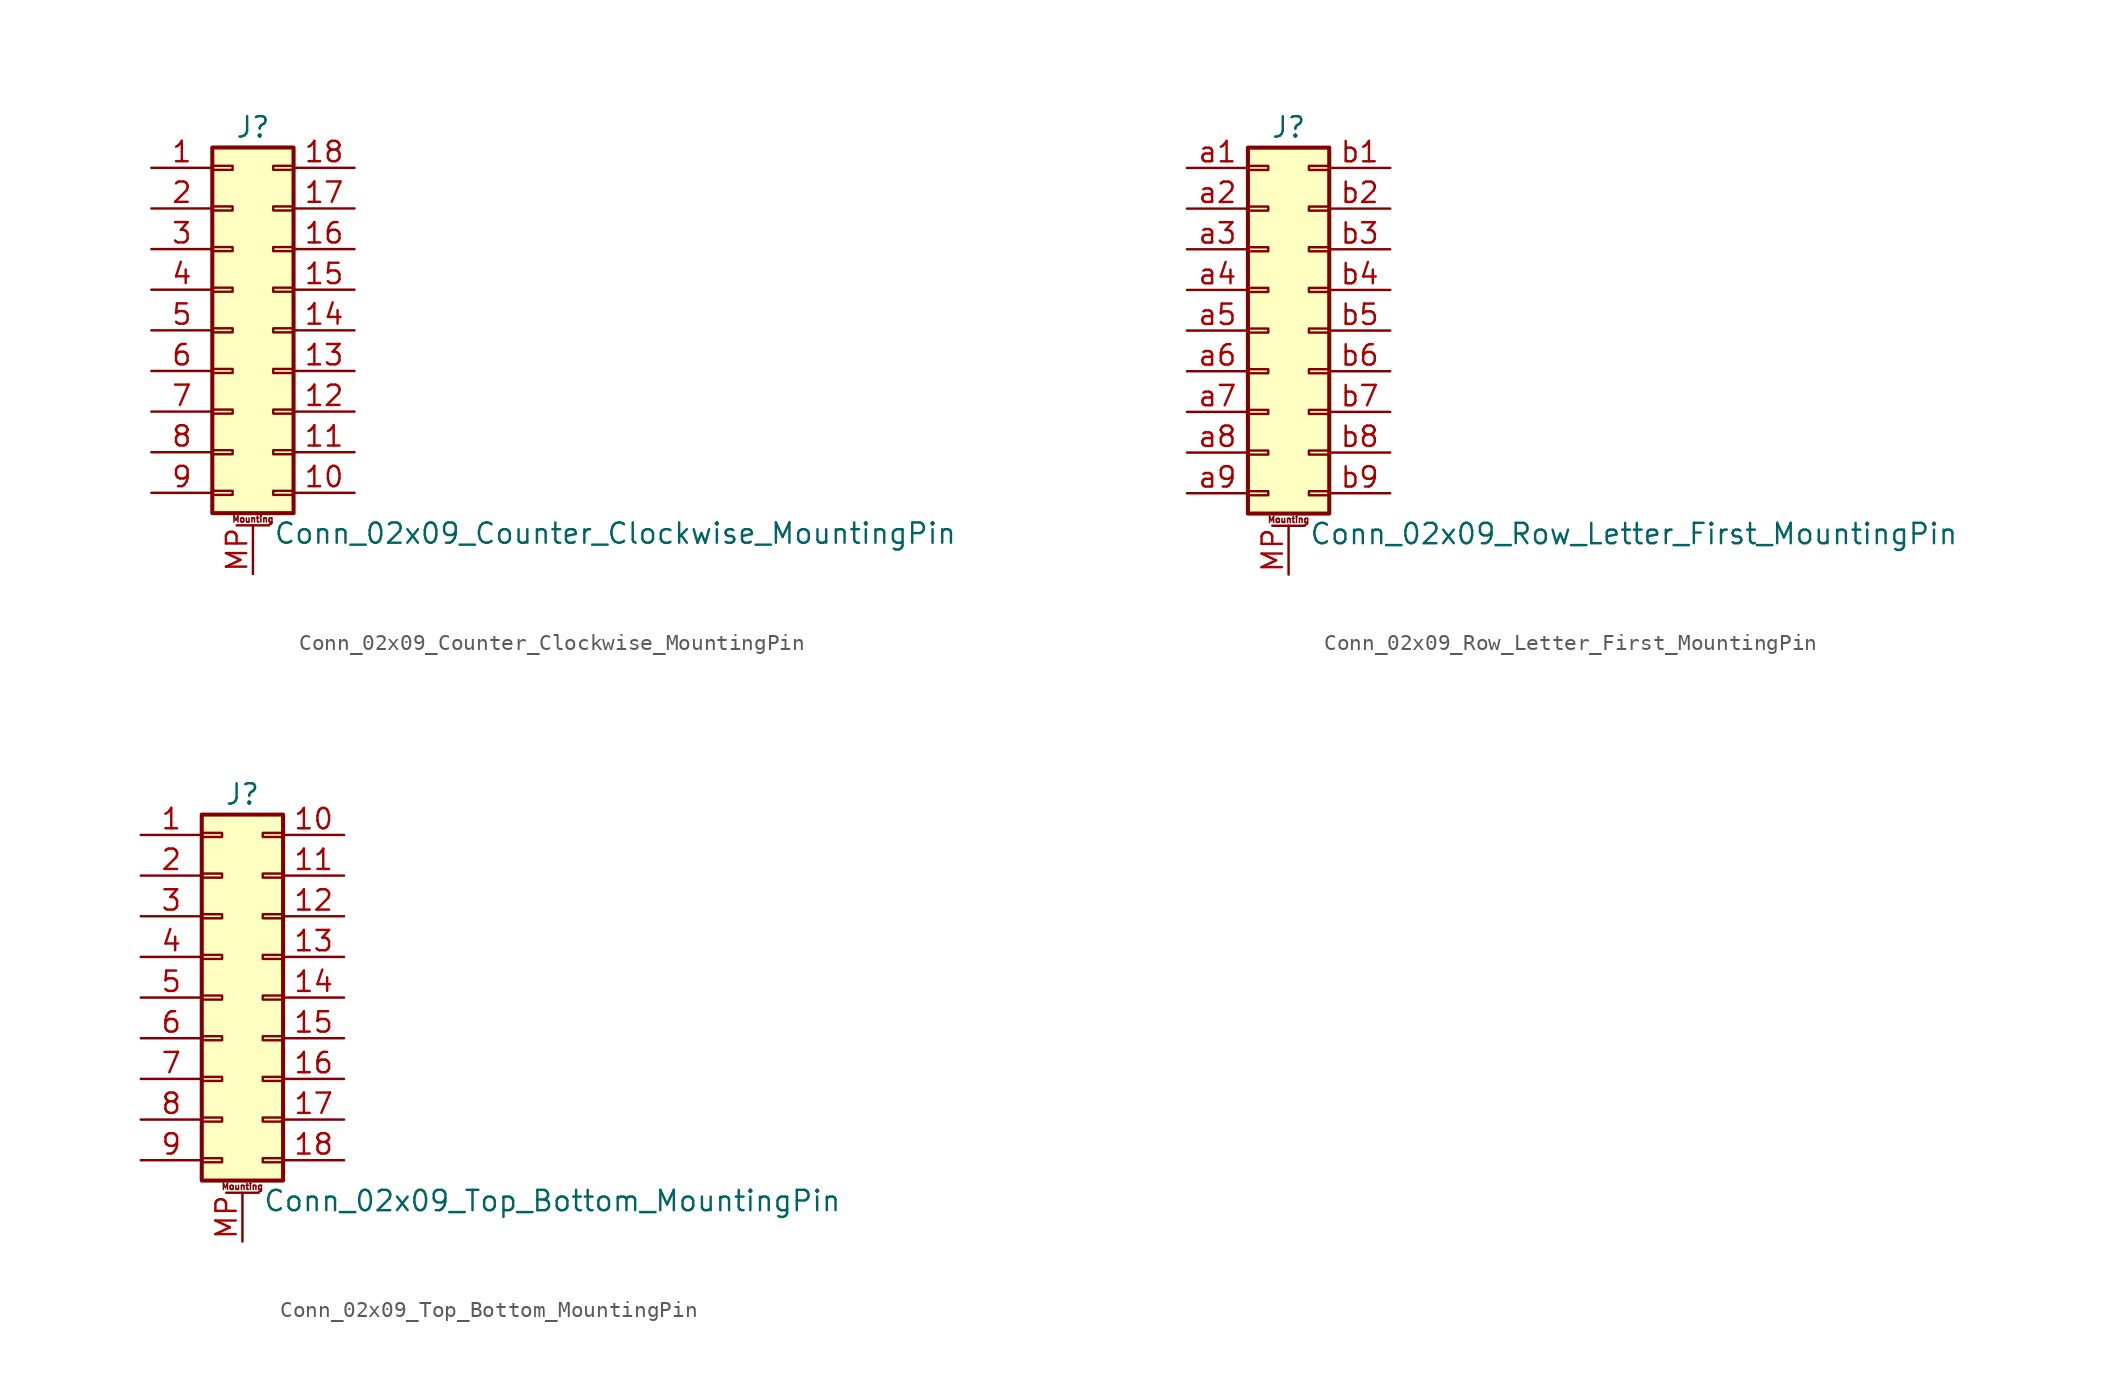
<source format=kicad_sym>
(kicad_symbol_lib
  (version 20220914)
  (generator kicad_symbol_editor)
  (symbol "Conn_02x09_Counter_Clockwise_MountingPin"
    (pin_names
      (offset 1.016) hide)
    (property "Reference" "J"
      (at 1.27 12.7 0)
      (effects (font (size 1.27 1.27))))
    (property "Value" "Conn_02x09_Counter_Clockwise_MountingPin"
      (at 2.54 -12.7 0)
      (effects (font (size 1.27 1.27)) (justify left)))
    (symbol "Conn_02x09_Counter_Clockwise_MountingPin_1_1"
      (rectangle (start -1.27 -10.033) (end 0 -10.287) (stroke (width 0.152) (type default)) (fill (type none)))
      (rectangle (start -1.27 -7.493) (end 0 -7.747) (stroke (width 0.152) (type default)) (fill (type none)))
      (rectangle (start -1.27 -4.953) (end 0 -5.207) (stroke (width 0.152) (type default)) (fill (type none)))
      (rectangle (start -1.27 -2.413) (end 0 -2.667) (stroke (width 0.152) (type default)) (fill (type none)))
      (rectangle (start -1.27 0.127) (end 0 -0.127) (stroke (width 0.152) (type default)) (fill (type none)))
      (rectangle (start -1.27 2.667) (end 0 2.413) (stroke (width 0.152) (type default)) (fill (type none)))
      (rectangle (start -1.27 5.207) (end 0 4.953) (stroke (width 0.152) (type default)) (fill (type none)))
      (rectangle (start -1.27 7.747) (end 0 7.493) (stroke (width 0.152) (type default)) (fill (type none)))
      (rectangle (start -1.27 10.287) (end 0 10.033) (stroke (width 0.152) (type default)) (fill (type none)))
      (rectangle (start -1.27 11.43) (end 3.81 -11.43) (stroke (width 0.254) (type default)) (fill (type background)))
      (polyline (pts (xy 0.254 -12.192) (xy 2.286 -12.192)) (stroke (width 0.152) (type default)) (fill (type none)))
      (rectangle (start 3.81 -10.033) (end 2.54 -10.287) (stroke (width 0.152) (type default)) (fill (type none)))
      (rectangle (start 3.81 -7.493) (end 2.54 -7.747) (stroke (width 0.152) (type default)) (fill (type none)))
      (rectangle (start 3.81 -4.953) (end 2.54 -5.207) (stroke (width 0.152) (type default)) (fill (type none)))
      (rectangle (start 3.81 -2.413) (end 2.54 -2.667) (stroke (width 0.152) (type default)) (fill (type none)))
      (rectangle (start 3.81 0.127) (end 2.54 -0.127) (stroke (width 0.152) (type default)) (fill (type none)))
      (rectangle (start 3.81 2.667) (end 2.54 2.413) (stroke (width 0.152) (type default)) (fill (type none)))
      (rectangle (start 3.81 5.207) (end 2.54 4.953) (stroke (width 0.152) (type default)) (fill (type none)))
      (rectangle (start 3.81 7.747) (end 2.54 7.493) (stroke (width 0.152) (type default)) (fill (type none)))
      (rectangle (start 3.81 10.287) (end 2.54 10.033) (stroke (width 0.152) (type default)) (fill (type none)))
      (text "Mounting" (at 1.27 -11.811 0) (effects (font (size 0.381 0.381))))
      (pin passive line (at -5.08 10.16 0) (length 3.81) (name "Pin_1" (effects (font (size 1.27 1.27)))) (number "1" (effects (font (size 1.27 1.27)))))
      (pin passive line (at 7.62 -10.16 180) (length 3.81) (name "Pin_10" (effects (font (size 1.27 1.27)))) (number "10" (effects (font (size 1.27 1.27)))))
      (pin passive line (at 7.62 -7.62 180) (length 3.81) (name "Pin_11" (effects (font (size 1.27 1.27)))) (number "11" (effects (font (size 1.27 1.27)))))
      (pin passive line (at 7.62 -5.08 180) (length 3.81) (name "Pin_12" (effects (font (size 1.27 1.27)))) (number "12" (effects (font (size 1.27 1.27)))))
      (pin passive line (at 7.62 -2.54 180) (length 3.81) (name "Pin_13" (effects (font (size 1.27 1.27)))) (number "13" (effects (font (size 1.27 1.27)))))
      (pin passive line (at 7.62 0 180) (length 3.81) (name "Pin_14" (effects (font (size 1.27 1.27)))) (number "14" (effects (font (size 1.27 1.27)))))
      (pin passive line (at 7.62 2.54 180) (length 3.81) (name "Pin_15" (effects (font (size 1.27 1.27)))) (number "15" (effects (font (size 1.27 1.27)))))
      (pin passive line (at 7.62 5.08 180) (length 3.81) (name "Pin_16" (effects (font (size 1.27 1.27)))) (number "16" (effects (font (size 1.27 1.27)))))
      (pin passive line (at 7.62 7.62 180) (length 3.81) (name "Pin_17" (effects (font (size 1.27 1.27)))) (number "17" (effects (font (size 1.27 1.27)))))
      (pin passive line (at 7.62 10.16 180) (length 3.81) (name "Pin_18" (effects (font (size 1.27 1.27)))) (number "18" (effects (font (size 1.27 1.27)))))
      (pin passive line (at -5.08 7.62 0) (length 3.81) (name "Pin_2" (effects (font (size 1.27 1.27)))) (number "2" (effects (font (size 1.27 1.27)))))
      (pin passive line (at -5.08 5.08 0) (length 3.81) (name "Pin_3" (effects (font (size 1.27 1.27)))) (number "3" (effects (font (size 1.27 1.27)))))
      (pin passive line (at -5.08 2.54 0) (length 3.81) (name "Pin_4" (effects (font (size 1.27 1.27)))) (number "4" (effects (font (size 1.27 1.27)))))
      (pin passive line (at -5.08 0 0) (length 3.81) (name "Pin_5" (effects (font (size 1.27 1.27)))) (number "5" (effects (font (size 1.27 1.27)))))
      (pin passive line (at -5.08 -2.54 0) (length 3.81) (name "Pin_6" (effects (font (size 1.27 1.27)))) (number "6" (effects (font (size 1.27 1.27)))))
      (pin passive line (at -5.08 -5.08 0) (length 3.81) (name "Pin_7" (effects (font (size 1.27 1.27)))) (number "7" (effects (font (size 1.27 1.27)))))
      (pin passive line (at -5.08 -7.62 0) (length 3.81) (name "Pin_8" (effects (font (size 1.27 1.27)))) (number "8" (effects (font (size 1.27 1.27)))))
      (pin passive line (at -5.08 -10.16 0) (length 3.81) (name "Pin_9" (effects (font (size 1.27 1.27)))) (number "9" (effects (font (size 1.27 1.27)))))
      (pin passive line (at 1.27 -15.24 90) (length 3.048) (name "MountPin" (effects (font (size 1.27 1.27)))) (number "MP" (effects (font (size 1.27 1.27)))))))
  (symbol "Conn_02x09_Row_Letter_First_MountingPin"
    (pin_names
      (offset 1.016) hide)
    (property "Reference" "J"
      (at 1.27 12.7 0)
      (effects (font (size 1.27 1.27))))
    (property "Value" "Conn_02x09_Row_Letter_First_MountingPin"
      (at 2.54 -12.7 0)
      (effects (font (size 1.27 1.27)) (justify left)))
    (symbol "Conn_02x09_Row_Letter_First_MountingPin_1_1"
      (rectangle (start -1.27 -10.033) (end 0 -10.287) (stroke (width 0.152) (type default)) (fill (type none)))
      (rectangle (start -1.27 -7.493) (end 0 -7.747) (stroke (width 0.152) (type default)) (fill (type none)))
      (rectangle (start -1.27 -4.953) (end 0 -5.207) (stroke (width 0.152) (type default)) (fill (type none)))
      (rectangle (start -1.27 -2.413) (end 0 -2.667) (stroke (width 0.152) (type default)) (fill (type none)))
      (rectangle (start -1.27 0.127) (end 0 -0.127) (stroke (width 0.152) (type default)) (fill (type none)))
      (rectangle (start -1.27 2.667) (end 0 2.413) (stroke (width 0.152) (type default)) (fill (type none)))
      (rectangle (start -1.27 5.207) (end 0 4.953) (stroke (width 0.152) (type default)) (fill (type none)))
      (rectangle (start -1.27 7.747) (end 0 7.493) (stroke (width 0.152) (type default)) (fill (type none)))
      (rectangle (start -1.27 10.287) (end 0 10.033) (stroke (width 0.152) (type default)) (fill (type none)))
      (rectangle (start -1.27 11.43) (end 3.81 -11.43) (stroke (width 0.254) (type default)) (fill (type background)))
      (polyline (pts (xy 0.254 -12.192) (xy 2.286 -12.192)) (stroke (width 0.152) (type default)) (fill (type none)))
      (rectangle (start 3.81 -10.033) (end 2.54 -10.287) (stroke (width 0.152) (type default)) (fill (type none)))
      (rectangle (start 3.81 -7.493) (end 2.54 -7.747) (stroke (width 0.152) (type default)) (fill (type none)))
      (rectangle (start 3.81 -4.953) (end 2.54 -5.207) (stroke (width 0.152) (type default)) (fill (type none)))
      (rectangle (start 3.81 -2.413) (end 2.54 -2.667) (stroke (width 0.152) (type default)) (fill (type none)))
      (rectangle (start 3.81 0.127) (end 2.54 -0.127) (stroke (width 0.152) (type default)) (fill (type none)))
      (rectangle (start 3.81 2.667) (end 2.54 2.413) (stroke (width 0.152) (type default)) (fill (type none)))
      (rectangle (start 3.81 5.207) (end 2.54 4.953) (stroke (width 0.152) (type default)) (fill (type none)))
      (rectangle (start 3.81 7.747) (end 2.54 7.493) (stroke (width 0.152) (type default)) (fill (type none)))
      (rectangle (start 3.81 10.287) (end 2.54 10.033) (stroke (width 0.152) (type default)) (fill (type none)))
      (text "Mounting" (at 1.27 -11.811 0) (effects (font (size 0.381 0.381))))
      (pin passive line (at 1.27 -15.24 90) (length 3.048) (name "MountPin" (effects (font (size 1.27 1.27)))) (number "MP" (effects (font (size 1.27 1.27)))))
      (pin passive line (at -5.08 10.16 0) (length 3.81) (name "Pin_a1" (effects (font (size 1.27 1.27)))) (number "a1" (effects (font (size 1.27 1.27)))))
      (pin passive line (at -5.08 7.62 0) (length 3.81) (name "Pin_a2" (effects (font (size 1.27 1.27)))) (number "a2" (effects (font (size 1.27 1.27)))))
      (pin passive line (at -5.08 5.08 0) (length 3.81) (name "Pin_a3" (effects (font (size 1.27 1.27)))) (number "a3" (effects (font (size 1.27 1.27)))))
      (pin passive line (at -5.08 2.54 0) (length 3.81) (name "Pin_a4" (effects (font (size 1.27 1.27)))) (number "a4" (effects (font (size 1.27 1.27)))))
      (pin passive line (at -5.08 0 0) (length 3.81) (name "Pin_a5" (effects (font (size 1.27 1.27)))) (number "a5" (effects (font (size 1.27 1.27)))))
      (pin passive line (at -5.08 -2.54 0) (length 3.81) (name "Pin_a6" (effects (font (size 1.27 1.27)))) (number "a6" (effects (font (size 1.27 1.27)))))
      (pin passive line (at -5.08 -5.08 0) (length 3.81) (name "Pin_a7" (effects (font (size 1.27 1.27)))) (number "a7" (effects (font (size 1.27 1.27)))))
      (pin passive line (at -5.08 -7.62 0) (length 3.81) (name "Pin_a8" (effects (font (size 1.27 1.27)))) (number "a8" (effects (font (size 1.27 1.27)))))
      (pin passive line (at -5.08 -10.16 0) (length 3.81) (name "Pin_a9" (effects (font (size 1.27 1.27)))) (number "a9" (effects (font (size 1.27 1.27)))))
      (pin passive line (at 7.62 10.16 180) (length 3.81) (name "Pin_b1" (effects (font (size 1.27 1.27)))) (number "b1" (effects (font (size 1.27 1.27)))))
      (pin passive line (at 7.62 7.62 180) (length 3.81) (name "Pin_b2" (effects (font (size 1.27 1.27)))) (number "b2" (effects (font (size 1.27 1.27)))))
      (pin passive line (at 7.62 5.08 180) (length 3.81) (name "Pin_b3" (effects (font (size 1.27 1.27)))) (number "b3" (effects (font (size 1.27 1.27)))))
      (pin passive line (at 7.62 2.54 180) (length 3.81) (name "Pin_b4" (effects (font (size 1.27 1.27)))) (number "b4" (effects (font (size 1.27 1.27)))))
      (pin passive line (at 7.62 0 180) (length 3.81) (name "Pin_b5" (effects (font (size 1.27 1.27)))) (number "b5" (effects (font (size 1.27 1.27)))))
      (pin passive line (at 7.62 -2.54 180) (length 3.81) (name "Pin_b6" (effects (font (size 1.27 1.27)))) (number "b6" (effects (font (size 1.27 1.27)))))
      (pin passive line (at 7.62 -5.08 180) (length 3.81) (name "Pin_b7" (effects (font (size 1.27 1.27)))) (number "b7" (effects (font (size 1.27 1.27)))))
      (pin passive line (at 7.62 -7.62 180) (length 3.81) (name "Pin_b8" (effects (font (size 1.27 1.27)))) (number "b8" (effects (font (size 1.27 1.27)))))
      (pin passive line (at 7.62 -10.16 180) (length 3.81) (name "Pin_b9" (effects (font (size 1.27 1.27)))) (number "b9" (effects (font (size 1.27 1.27)))))))
  (symbol "Conn_02x09_Top_Bottom_MountingPin"
    (pin_names
      (offset 1.016) hide)
    (property "Reference" "J"
      (at 1.27 12.7 0)
      (effects (font (size 1.27 1.27))))
    (property "Value" "Conn_02x09_Top_Bottom_MountingPin"
      (at 2.54 -12.7 0)
      (effects (font (size 1.27 1.27)) (justify left)))
    (symbol "Conn_02x09_Top_Bottom_MountingPin_1_1"
      (rectangle (start -1.27 -10.033) (end 0 -10.287) (stroke (width 0.152) (type default)) (fill (type none)))
      (rectangle (start -1.27 -7.493) (end 0 -7.747) (stroke (width 0.152) (type default)) (fill (type none)))
      (rectangle (start -1.27 -4.953) (end 0 -5.207) (stroke (width 0.152) (type default)) (fill (type none)))
      (rectangle (start -1.27 -2.413) (end 0 -2.667) (stroke (width 0.152) (type default)) (fill (type none)))
      (rectangle (start -1.27 0.127) (end 0 -0.127) (stroke (width 0.152) (type default)) (fill (type none)))
      (rectangle (start -1.27 2.667) (end 0 2.413) (stroke (width 0.152) (type default)) (fill (type none)))
      (rectangle (start -1.27 5.207) (end 0 4.953) (stroke (width 0.152) (type default)) (fill (type none)))
      (rectangle (start -1.27 7.747) (end 0 7.493) (stroke (width 0.152) (type default)) (fill (type none)))
      (rectangle (start -1.27 10.287) (end 0 10.033) (stroke (width 0.152) (type default)) (fill (type none)))
      (rectangle (start -1.27 11.43) (end 3.81 -11.43) (stroke (width 0.254) (type default)) (fill (type background)))
      (polyline (pts (xy 0.254 -12.192) (xy 2.286 -12.192)) (stroke (width 0.152) (type default)) (fill (type none)))
      (rectangle (start 3.81 -10.033) (end 2.54 -10.287) (stroke (width 0.152) (type default)) (fill (type none)))
      (rectangle (start 3.81 -7.493) (end 2.54 -7.747) (stroke (width 0.152) (type default)) (fill (type none)))
      (rectangle (start 3.81 -4.953) (end 2.54 -5.207) (stroke (width 0.152) (type default)) (fill (type none)))
      (rectangle (start 3.81 -2.413) (end 2.54 -2.667) (stroke (width 0.152) (type default)) (fill (type none)))
      (rectangle (start 3.81 0.127) (end 2.54 -0.127) (stroke (width 0.152) (type default)) (fill (type none)))
      (rectangle (start 3.81 2.667) (end 2.54 2.413) (stroke (width 0.152) (type default)) (fill (type none)))
      (rectangle (start 3.81 5.207) (end 2.54 4.953) (stroke (width 0.152) (type default)) (fill (type none)))
      (rectangle (start 3.81 7.747) (end 2.54 7.493) (stroke (width 0.152) (type default)) (fill (type none)))
      (rectangle (start 3.81 10.287) (end 2.54 10.033) (stroke (width 0.152) (type default)) (fill (type none)))
      (text "Mounting" (at 1.27 -11.811 0) (effects (font (size 0.381 0.381))))
      (pin passive line (at -5.08 10.16 0) (length 3.81) (name "Pin_1" (effects (font (size 1.27 1.27)))) (number "1" (effects (font (size 1.27 1.27)))))
      (pin passive line (at 7.62 10.16 180) (length 3.81) (name "Pin_10" (effects (font (size 1.27 1.27)))) (number "10" (effects (font (size 1.27 1.27)))))
      (pin passive line (at 7.62 7.62 180) (length 3.81) (name "Pin_11" (effects (font (size 1.27 1.27)))) (number "11" (effects (font (size 1.27 1.27)))))
      (pin passive line (at 7.62 5.08 180) (length 3.81) (name "Pin_12" (effects (font (size 1.27 1.27)))) (number "12" (effects (font (size 1.27 1.27)))))
      (pin passive line (at 7.62 2.54 180) (length 3.81) (name "Pin_13" (effects (font (size 1.27 1.27)))) (number "13" (effects (font (size 1.27 1.27)))))
      (pin passive line (at 7.62 0 180) (length 3.81) (name "Pin_14" (effects (font (size 1.27 1.27)))) (number "14" (effects (font (size 1.27 1.27)))))
      (pin passive line (at 7.62 -2.54 180) (length 3.81) (name "Pin_15" (effects (font (size 1.27 1.27)))) (number "15" (effects (font (size 1.27 1.27)))))
      (pin passive line (at 7.62 -5.08 180) (length 3.81) (name "Pin_16" (effects (font (size 1.27 1.27)))) (number "16" (effects (font (size 1.27 1.27)))))
      (pin passive line (at 7.62 -7.62 180) (length 3.81) (name "Pin_17" (effects (font (size 1.27 1.27)))) (number "17" (effects (font (size 1.27 1.27)))))
      (pin passive line (at 7.62 -10.16 180) (length 3.81) (name "Pin_18" (effects (font (size 1.27 1.27)))) (number "18" (effects (font (size 1.27 1.27)))))
      (pin passive line (at -5.08 7.62 0) (length 3.81) (name "Pin_2" (effects (font (size 1.27 1.27)))) (number "2" (effects (font (size 1.27 1.27)))))
      (pin passive line (at -5.08 5.08 0) (length 3.81) (name "Pin_3" (effects (font (size 1.27 1.27)))) (number "3" (effects (font (size 1.27 1.27)))))
      (pin passive line (at -5.08 2.54 0) (length 3.81) (name "Pin_4" (effects (font (size 1.27 1.27)))) (number "4" (effects (font (size 1.27 1.27)))))
      (pin passive line (at -5.08 0 0) (length 3.81) (name "Pin_5" (effects (font (size 1.27 1.27)))) (number "5" (effects (font (size 1.27 1.27)))))
      (pin passive line (at -5.08 -2.54 0) (length 3.81) (name "Pin_6" (effects (font (size 1.27 1.27)))) (number "6" (effects (font (size 1.27 1.27)))))
      (pin passive line (at -5.08 -5.08 0) (length 3.81) (name "Pin_7" (effects (font (size 1.27 1.27)))) (number "7" (effects (font (size 1.27 1.27)))))
      (pin passive line (at -5.08 -7.62 0) (length 3.81) (name "Pin_8" (effects (font (size 1.27 1.27)))) (number "8" (effects (font (size 1.27 1.27)))))
      (pin passive line (at -5.08 -10.16 0) (length 3.81) (name "Pin_9" (effects (font (size 1.27 1.27)))) (number "9" (effects (font (size 1.27 1.27)))))
      (pin passive line (at 1.27 -15.24 90) (length 3.048) (name "MountPin" (effects (font (size 1.27 1.27)))) (number "MP" (effects (font (size 1.27 1.27))))))))
</source>
